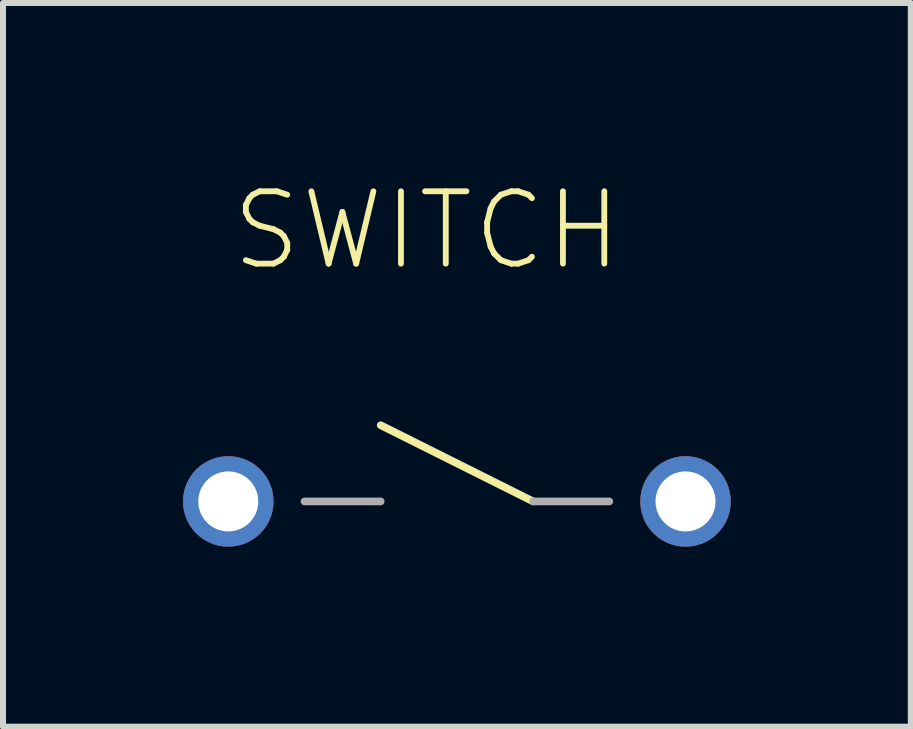
<source format=kicad_pcb>
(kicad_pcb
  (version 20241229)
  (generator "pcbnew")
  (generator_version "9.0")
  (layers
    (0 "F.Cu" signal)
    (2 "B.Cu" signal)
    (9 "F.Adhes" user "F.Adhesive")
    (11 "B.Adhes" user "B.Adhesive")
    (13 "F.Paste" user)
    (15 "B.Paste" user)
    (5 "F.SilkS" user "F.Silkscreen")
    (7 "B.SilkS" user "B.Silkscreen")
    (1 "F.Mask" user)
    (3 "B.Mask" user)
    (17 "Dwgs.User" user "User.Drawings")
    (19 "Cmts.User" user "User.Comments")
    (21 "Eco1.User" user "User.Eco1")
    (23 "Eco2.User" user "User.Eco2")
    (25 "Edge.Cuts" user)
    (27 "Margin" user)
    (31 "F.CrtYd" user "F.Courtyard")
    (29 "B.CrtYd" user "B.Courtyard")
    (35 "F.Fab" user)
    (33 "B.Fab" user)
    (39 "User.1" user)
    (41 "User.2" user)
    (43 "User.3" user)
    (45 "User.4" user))
  (footprint "SWITCH"
    (layer "F.Cu")
    (at 4.564 5.306)
    (property "Reference" "SWITCH" (at -3.81 -3.81 0) (layer "F.SilkS") (effects (font (size 1.206 1.206) (thickness 0.097)) (justify left bottom)))
    (attr through_hole)
    (fp_line (start -1.27 -1.27) (end 1.27 0) (stroke (width 0.127) (type solid)) (layer "F.SilkS"))
    (fp_line (start -2.54 0) (end -1.27 0) (stroke (width 0.127) (type solid)) (layer "F.Fab"))
    (fp_line (start 1.27 0) (end 2.54 0) (stroke (width 0.127) (type solid)) (layer "F.Fab"))
    (pad "P$1" thru_hole circle (at -3.81 0) (size 1.508 1.508) (drill 1) (layers "*.Cu" "*.Mask"))
    (pad "P$2" thru_hole circle (at 3.81 0) (size 1.508 1.508) (drill 1) (layers "*.Cu" "*.Mask")))
  (gr_rect
    (start -3 -3)
    (end 12.128 9.06)
    (stroke (width 0.1) (type default))
    (fill no)
    (layer "Edge.Cuts")))
</source>
